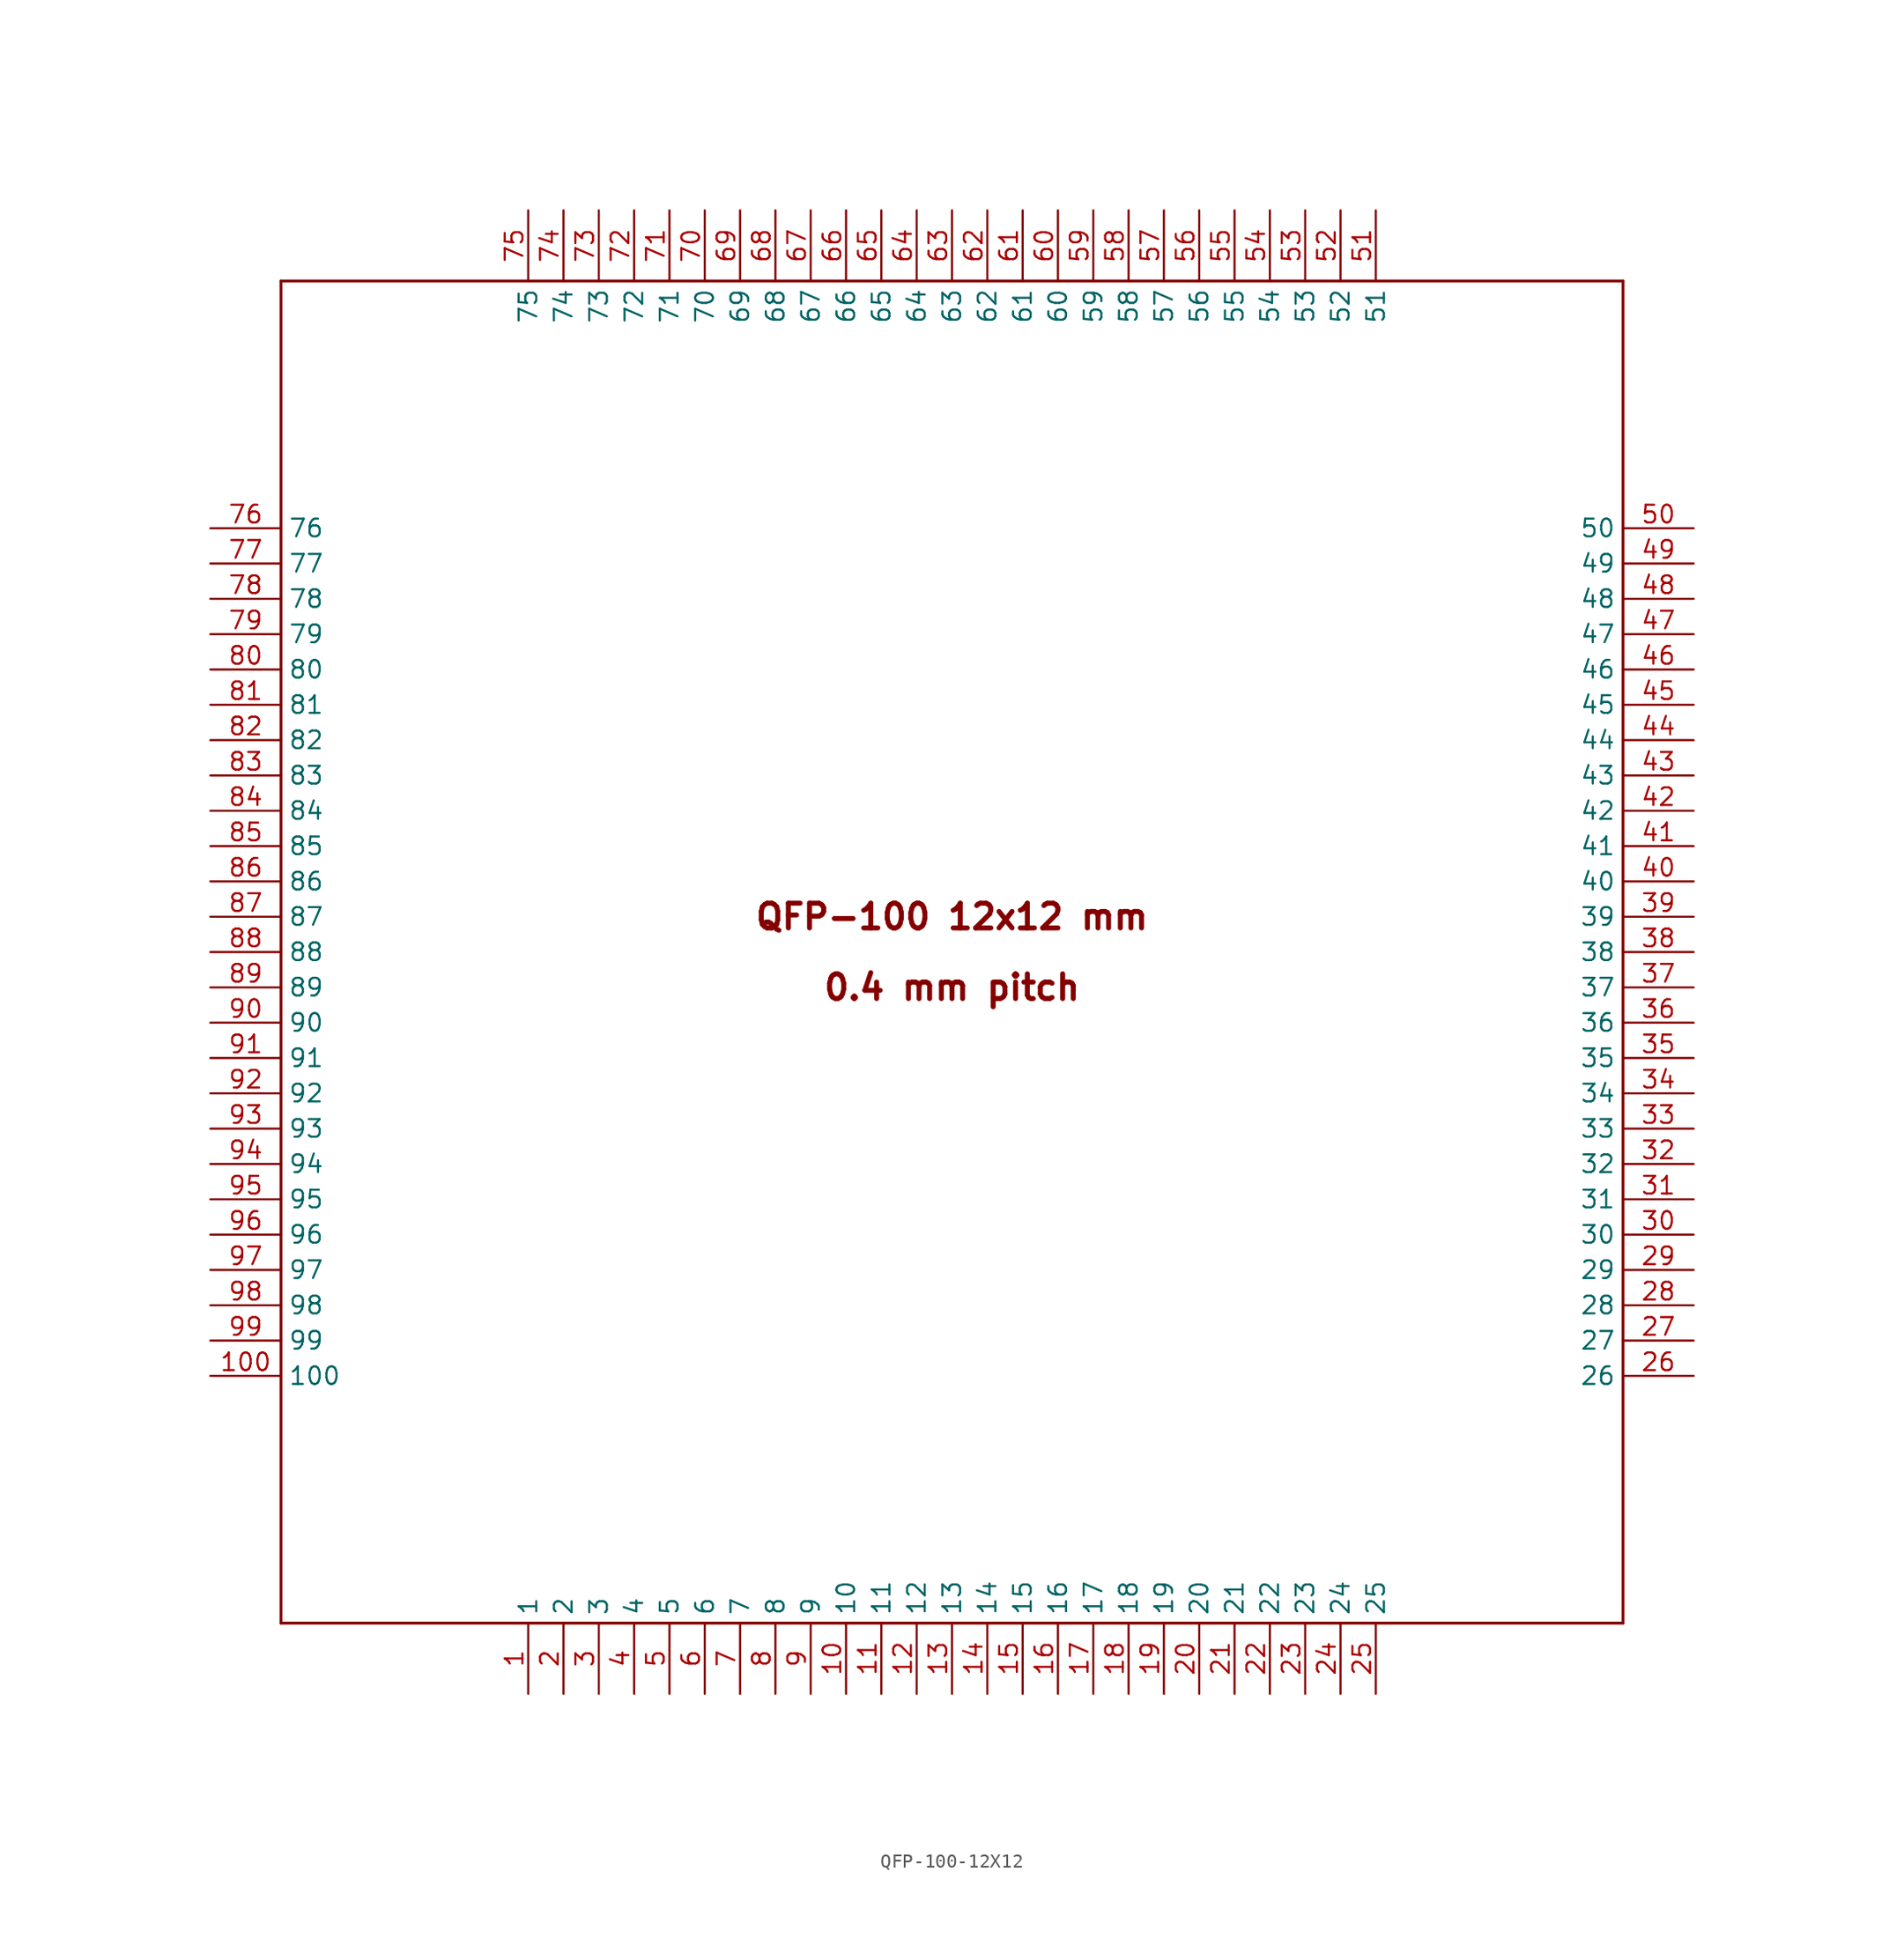
<source format=kicad_sym>
(kicad_symbol_lib
  (version 20211014)
  (generator kicad_symbol_editor)
  (symbol "QFP-100-12X12"
    (property "Reference" ""
      (at 0 0 0)
      (effects (font (size 1.27 1.27)) hide))
    (property "ki_locked" ""
      (at 0 0 0)
      (effects (font (size 1.27 1.27))))
    (symbol "QFP-100-12X12_1_0"
      (polyline (pts (xy -48.26 -48.26) (xy 48.26 -48.26)) (stroke (width 0.203) (type default) (color 0 0 0 0)) (fill (type none)))
      (polyline (pts (xy -48.26 48.26) (xy -48.26 -48.26)) (stroke (width 0.203) (type default) (color 0 0 0 0)) (fill (type none)))
      (polyline (pts (xy 48.26 -48.26) (xy 48.26 48.26)) (stroke (width 0.203) (type default) (color 0 0 0 0)) (fill (type none)))
      (polyline (pts (xy 48.26 48.26) (xy -48.26 48.26)) (stroke (width 0.203) (type default) (color 0 0 0 0)) (fill (type none)))
      (text "0.4 mm pitch" (at 0 -2.54 0) (effects (font (size 1.778 1.778) (thickness 0.356) bold)))
      (text "QFP-100 12x12 mm" (at 0 2.54 0) (effects (font (size 1.778 1.778) (thickness 0.356) bold)))
      (pin bidirectional line (at -30.48 -53.34 90) (length 5.08) (name "1" (effects (font (size 1.27 1.27)))) (number "1" (effects (font (size 1.27 1.27)))))
      (pin bidirectional line (at -7.62 -53.34 90) (length 5.08) (name "10" (effects (font (size 1.27 1.27)))) (number "10" (effects (font (size 1.27 1.27)))))
      (pin bidirectional line (at -53.34 -30.48 0) (length 5.08) (name "100" (effects (font (size 1.27 1.27)))) (number "100" (effects (font (size 1.27 1.27)))))
      (pin bidirectional line (at -5.08 -53.34 90) (length 5.08) (name "11" (effects (font (size 1.27 1.27)))) (number "11" (effects (font (size 1.27 1.27)))))
      (pin bidirectional line (at -2.54 -53.34 90) (length 5.08) (name "12" (effects (font (size 1.27 1.27)))) (number "12" (effects (font (size 1.27 1.27)))))
      (pin bidirectional line (at 0 -53.34 90) (length 5.08) (name "13" (effects (font (size 1.27 1.27)))) (number "13" (effects (font (size 1.27 1.27)))))
      (pin bidirectional line (at 2.54 -53.34 90) (length 5.08) (name "14" (effects (font (size 1.27 1.27)))) (number "14" (effects (font (size 1.27 1.27)))))
      (pin bidirectional line (at 5.08 -53.34 90) (length 5.08) (name "15" (effects (font (size 1.27 1.27)))) (number "15" (effects (font (size 1.27 1.27)))))
      (pin bidirectional line (at 7.62 -53.34 90) (length 5.08) (name "16" (effects (font (size 1.27 1.27)))) (number "16" (effects (font (size 1.27 1.27)))))
      (pin bidirectional line (at 10.16 -53.34 90) (length 5.08) (name "17" (effects (font (size 1.27 1.27)))) (number "17" (effects (font (size 1.27 1.27)))))
      (pin bidirectional line (at 12.7 -53.34 90) (length 5.08) (name "18" (effects (font (size 1.27 1.27)))) (number "18" (effects (font (size 1.27 1.27)))))
      (pin bidirectional line (at 15.24 -53.34 90) (length 5.08) (name "19" (effects (font (size 1.27 1.27)))) (number "19" (effects (font (size 1.27 1.27)))))
      (pin bidirectional line (at -27.94 -53.34 90) (length 5.08) (name "2" (effects (font (size 1.27 1.27)))) (number "2" (effects (font (size 1.27 1.27)))))
      (pin bidirectional line (at 17.78 -53.34 90) (length 5.08) (name "20" (effects (font (size 1.27 1.27)))) (number "20" (effects (font (size 1.27 1.27)))))
      (pin bidirectional line (at 20.32 -53.34 90) (length 5.08) (name "21" (effects (font (size 1.27 1.27)))) (number "21" (effects (font (size 1.27 1.27)))))
      (pin bidirectional line (at 22.86 -53.34 90) (length 5.08) (name "22" (effects (font (size 1.27 1.27)))) (number "22" (effects (font (size 1.27 1.27)))))
      (pin bidirectional line (at 25.4 -53.34 90) (length 5.08) (name "23" (effects (font (size 1.27 1.27)))) (number "23" (effects (font (size 1.27 1.27)))))
      (pin bidirectional line (at 27.94 -53.34 90) (length 5.08) (name "24" (effects (font (size 1.27 1.27)))) (number "24" (effects (font (size 1.27 1.27)))))
      (pin bidirectional line (at 30.48 -53.34 90) (length 5.08) (name "25" (effects (font (size 1.27 1.27)))) (number "25" (effects (font (size 1.27 1.27)))))
      (pin bidirectional line (at 53.34 -30.48 180) (length 5.08) (name "26" (effects (font (size 1.27 1.27)))) (number "26" (effects (font (size 1.27 1.27)))))
      (pin bidirectional line (at 53.34 -27.94 180) (length 5.08) (name "27" (effects (font (size 1.27 1.27)))) (number "27" (effects (font (size 1.27 1.27)))))
      (pin bidirectional line (at 53.34 -25.4 180) (length 5.08) (name "28" (effects (font (size 1.27 1.27)))) (number "28" (effects (font (size 1.27 1.27)))))
      (pin bidirectional line (at 53.34 -22.86 180) (length 5.08) (name "29" (effects (font (size 1.27 1.27)))) (number "29" (effects (font (size 1.27 1.27)))))
      (pin bidirectional line (at -25.4 -53.34 90) (length 5.08) (name "3" (effects (font (size 1.27 1.27)))) (number "3" (effects (font (size 1.27 1.27)))))
      (pin bidirectional line (at 53.34 -20.32 180) (length 5.08) (name "30" (effects (font (size 1.27 1.27)))) (number "30" (effects (font (size 1.27 1.27)))))
      (pin bidirectional line (at 53.34 -17.78 180) (length 5.08) (name "31" (effects (font (size 1.27 1.27)))) (number "31" (effects (font (size 1.27 1.27)))))
      (pin bidirectional line (at 53.34 -15.24 180) (length 5.08) (name "32" (effects (font (size 1.27 1.27)))) (number "32" (effects (font (size 1.27 1.27)))))
      (pin bidirectional line (at 53.34 -12.7 180) (length 5.08) (name "33" (effects (font (size 1.27 1.27)))) (number "33" (effects (font (size 1.27 1.27)))))
      (pin bidirectional line (at 53.34 -10.16 180) (length 5.08) (name "34" (effects (font (size 1.27 1.27)))) (number "34" (effects (font (size 1.27 1.27)))))
      (pin bidirectional line (at 53.34 -7.62 180) (length 5.08) (name "35" (effects (font (size 1.27 1.27)))) (number "35" (effects (font (size 1.27 1.27)))))
      (pin bidirectional line (at 53.34 -5.08 180) (length 5.08) (name "36" (effects (font (size 1.27 1.27)))) (number "36" (effects (font (size 1.27 1.27)))))
      (pin bidirectional line (at 53.34 -2.54 180) (length 5.08) (name "37" (effects (font (size 1.27 1.27)))) (number "37" (effects (font (size 1.27 1.27)))))
      (pin bidirectional line (at 53.34 0 180) (length 5.08) (name "38" (effects (font (size 1.27 1.27)))) (number "38" (effects (font (size 1.27 1.27)))))
      (pin bidirectional line (at 53.34 2.54 180) (length 5.08) (name "39" (effects (font (size 1.27 1.27)))) (number "39" (effects (font (size 1.27 1.27)))))
      (pin bidirectional line (at -22.86 -53.34 90) (length 5.08) (name "4" (effects (font (size 1.27 1.27)))) (number "4" (effects (font (size 1.27 1.27)))))
      (pin bidirectional line (at 53.34 5.08 180) (length 5.08) (name "40" (effects (font (size 1.27 1.27)))) (number "40" (effects (font (size 1.27 1.27)))))
      (pin bidirectional line (at 53.34 7.62 180) (length 5.08) (name "41" (effects (font (size 1.27 1.27)))) (number "41" (effects (font (size 1.27 1.27)))))
      (pin bidirectional line (at 53.34 10.16 180) (length 5.08) (name "42" (effects (font (size 1.27 1.27)))) (number "42" (effects (font (size 1.27 1.27)))))
      (pin bidirectional line (at 53.34 12.7 180) (length 5.08) (name "43" (effects (font (size 1.27 1.27)))) (number "43" (effects (font (size 1.27 1.27)))))
      (pin bidirectional line (at 53.34 15.24 180) (length 5.08) (name "44" (effects (font (size 1.27 1.27)))) (number "44" (effects (font (size 1.27 1.27)))))
      (pin bidirectional line (at 53.34 17.78 180) (length 5.08) (name "45" (effects (font (size 1.27 1.27)))) (number "45" (effects (font (size 1.27 1.27)))))
      (pin bidirectional line (at 53.34 20.32 180) (length 5.08) (name "46" (effects (font (size 1.27 1.27)))) (number "46" (effects (font (size 1.27 1.27)))))
      (pin bidirectional line (at 53.34 22.86 180) (length 5.08) (name "47" (effects (font (size 1.27 1.27)))) (number "47" (effects (font (size 1.27 1.27)))))
      (pin bidirectional line (at 53.34 25.4 180) (length 5.08) (name "48" (effects (font (size 1.27 1.27)))) (number "48" (effects (font (size 1.27 1.27)))))
      (pin bidirectional line (at 53.34 27.94 180) (length 5.08) (name "49" (effects (font (size 1.27 1.27)))) (number "49" (effects (font (size 1.27 1.27)))))
      (pin bidirectional line (at -20.32 -53.34 90) (length 5.08) (name "5" (effects (font (size 1.27 1.27)))) (number "5" (effects (font (size 1.27 1.27)))))
      (pin bidirectional line (at 53.34 30.48 180) (length 5.08) (name "50" (effects (font (size 1.27 1.27)))) (number "50" (effects (font (size 1.27 1.27)))))
      (pin bidirectional line (at 30.48 53.34 270) (length 5.08) (name "51" (effects (font (size 1.27 1.27)))) (number "51" (effects (font (size 1.27 1.27)))))
      (pin bidirectional line (at 27.94 53.34 270) (length 5.08) (name "52" (effects (font (size 1.27 1.27)))) (number "52" (effects (font (size 1.27 1.27)))))
      (pin bidirectional line (at 25.4 53.34 270) (length 5.08) (name "53" (effects (font (size 1.27 1.27)))) (number "53" (effects (font (size 1.27 1.27)))))
      (pin bidirectional line (at 22.86 53.34 270) (length 5.08) (name "54" (effects (font (size 1.27 1.27)))) (number "54" (effects (font (size 1.27 1.27)))))
      (pin bidirectional line (at 20.32 53.34 270) (length 5.08) (name "55" (effects (font (size 1.27 1.27)))) (number "55" (effects (font (size 1.27 1.27)))))
      (pin bidirectional line (at 17.78 53.34 270) (length 5.08) (name "56" (effects (font (size 1.27 1.27)))) (number "56" (effects (font (size 1.27 1.27)))))
      (pin bidirectional line (at 15.24 53.34 270) (length 5.08) (name "57" (effects (font (size 1.27 1.27)))) (number "57" (effects (font (size 1.27 1.27)))))
      (pin bidirectional line (at 12.7 53.34 270) (length 5.08) (name "58" (effects (font (size 1.27 1.27)))) (number "58" (effects (font (size 1.27 1.27)))))
      (pin bidirectional line (at 10.16 53.34 270) (length 5.08) (name "59" (effects (font (size 1.27 1.27)))) (number "59" (effects (font (size 1.27 1.27)))))
      (pin bidirectional line (at -17.78 -53.34 90) (length 5.08) (name "6" (effects (font (size 1.27 1.27)))) (number "6" (effects (font (size 1.27 1.27)))))
      (pin bidirectional line (at 7.62 53.34 270) (length 5.08) (name "60" (effects (font (size 1.27 1.27)))) (number "60" (effects (font (size 1.27 1.27)))))
      (pin bidirectional line (at 5.08 53.34 270) (length 5.08) (name "61" (effects (font (size 1.27 1.27)))) (number "61" (effects (font (size 1.27 1.27)))))
      (pin bidirectional line (at 2.54 53.34 270) (length 5.08) (name "62" (effects (font (size 1.27 1.27)))) (number "62" (effects (font (size 1.27 1.27)))))
      (pin bidirectional line (at 0 53.34 270) (length 5.08) (name "63" (effects (font (size 1.27 1.27)))) (number "63" (effects (font (size 1.27 1.27)))))
      (pin bidirectional line (at -2.54 53.34 270) (length 5.08) (name "64" (effects (font (size 1.27 1.27)))) (number "64" (effects (font (size 1.27 1.27)))))
      (pin bidirectional line (at -5.08 53.34 270) (length 5.08) (name "65" (effects (font (size 1.27 1.27)))) (number "65" (effects (font (size 1.27 1.27)))))
      (pin bidirectional line (at -7.62 53.34 270) (length 5.08) (name "66" (effects (font (size 1.27 1.27)))) (number "66" (effects (font (size 1.27 1.27)))))
      (pin bidirectional line (at -10.16 53.34 270) (length 5.08) (name "67" (effects (font (size 1.27 1.27)))) (number "67" (effects (font (size 1.27 1.27)))))
      (pin bidirectional line (at -12.7 53.34 270) (length 5.08) (name "68" (effects (font (size 1.27 1.27)))) (number "68" (effects (font (size 1.27 1.27)))))
      (pin bidirectional line (at -15.24 53.34 270) (length 5.08) (name "69" (effects (font (size 1.27 1.27)))) (number "69" (effects (font (size 1.27 1.27)))))
      (pin bidirectional line (at -15.24 -53.34 90) (length 5.08) (name "7" (effects (font (size 1.27 1.27)))) (number "7" (effects (font (size 1.27 1.27)))))
      (pin bidirectional line (at -17.78 53.34 270) (length 5.08) (name "70" (effects (font (size 1.27 1.27)))) (number "70" (effects (font (size 1.27 1.27)))))
      (pin bidirectional line (at -20.32 53.34 270) (length 5.08) (name "71" (effects (font (size 1.27 1.27)))) (number "71" (effects (font (size 1.27 1.27)))))
      (pin bidirectional line (at -22.86 53.34 270) (length 5.08) (name "72" (effects (font (size 1.27 1.27)))) (number "72" (effects (font (size 1.27 1.27)))))
      (pin bidirectional line (at -25.4 53.34 270) (length 5.08) (name "73" (effects (font (size 1.27 1.27)))) (number "73" (effects (font (size 1.27 1.27)))))
      (pin bidirectional line (at -27.94 53.34 270) (length 5.08) (name "74" (effects (font (size 1.27 1.27)))) (number "74" (effects (font (size 1.27 1.27)))))
      (pin bidirectional line (at -30.48 53.34 270) (length 5.08) (name "75" (effects (font (size 1.27 1.27)))) (number "75" (effects (font (size 1.27 1.27)))))
      (pin bidirectional line (at -53.34 30.48 0) (length 5.08) (name "76" (effects (font (size 1.27 1.27)))) (number "76" (effects (font (size 1.27 1.27)))))
      (pin bidirectional line (at -53.34 27.94 0) (length 5.08) (name "77" (effects (font (size 1.27 1.27)))) (number "77" (effects (font (size 1.27 1.27)))))
      (pin bidirectional line (at -53.34 25.4 0) (length 5.08) (name "78" (effects (font (size 1.27 1.27)))) (number "78" (effects (font (size 1.27 1.27)))))
      (pin bidirectional line (at -53.34 22.86 0) (length 5.08) (name "79" (effects (font (size 1.27 1.27)))) (number "79" (effects (font (size 1.27 1.27)))))
      (pin bidirectional line (at -12.7 -53.34 90) (length 5.08) (name "8" (effects (font (size 1.27 1.27)))) (number "8" (effects (font (size 1.27 1.27)))))
      (pin bidirectional line (at -53.34 20.32 0) (length 5.08) (name "80" (effects (font (size 1.27 1.27)))) (number "80" (effects (font (size 1.27 1.27)))))
      (pin bidirectional line (at -53.34 17.78 0) (length 5.08) (name "81" (effects (font (size 1.27 1.27)))) (number "81" (effects (font (size 1.27 1.27)))))
      (pin bidirectional line (at -53.34 15.24 0) (length 5.08) (name "82" (effects (font (size 1.27 1.27)))) (number "82" (effects (font (size 1.27 1.27)))))
      (pin bidirectional line (at -53.34 12.7 0) (length 5.08) (name "83" (effects (font (size 1.27 1.27)))) (number "83" (effects (font (size 1.27 1.27)))))
      (pin bidirectional line (at -53.34 10.16 0) (length 5.08) (name "84" (effects (font (size 1.27 1.27)))) (number "84" (effects (font (size 1.27 1.27)))))
      (pin bidirectional line (at -53.34 7.62 0) (length 5.08) (name "85" (effects (font (size 1.27 1.27)))) (number "85" (effects (font (size 1.27 1.27)))))
      (pin bidirectional line (at -53.34 5.08 0) (length 5.08) (name "86" (effects (font (size 1.27 1.27)))) (number "86" (effects (font (size 1.27 1.27)))))
      (pin bidirectional line (at -53.34 2.54 0) (length 5.08) (name "87" (effects (font (size 1.27 1.27)))) (number "87" (effects (font (size 1.27 1.27)))))
      (pin bidirectional line (at -53.34 0 0) (length 5.08) (name "88" (effects (font (size 1.27 1.27)))) (number "88" (effects (font (size 1.27 1.27)))))
      (pin bidirectional line (at -53.34 -2.54 0) (length 5.08) (name "89" (effects (font (size 1.27 1.27)))) (number "89" (effects (font (size 1.27 1.27)))))
      (pin bidirectional line (at -10.16 -53.34 90) (length 5.08) (name "9" (effects (font (size 1.27 1.27)))) (number "9" (effects (font (size 1.27 1.27)))))
      (pin bidirectional line (at -53.34 -5.08 0) (length 5.08) (name "90" (effects (font (size 1.27 1.27)))) (number "90" (effects (font (size 1.27 1.27)))))
      (pin bidirectional line (at -53.34 -7.62 0) (length 5.08) (name "91" (effects (font (size 1.27 1.27)))) (number "91" (effects (font (size 1.27 1.27)))))
      (pin bidirectional line (at -53.34 -10.16 0) (length 5.08) (name "92" (effects (font (size 1.27 1.27)))) (number "92" (effects (font (size 1.27 1.27)))))
      (pin bidirectional line (at -53.34 -12.7 0) (length 5.08) (name "93" (effects (font (size 1.27 1.27)))) (number "93" (effects (font (size 1.27 1.27)))))
      (pin bidirectional line (at -53.34 -15.24 0) (length 5.08) (name "94" (effects (font (size 1.27 1.27)))) (number "94" (effects (font (size 1.27 1.27)))))
      (pin bidirectional line (at -53.34 -17.78 0) (length 5.08) (name "95" (effects (font (size 1.27 1.27)))) (number "95" (effects (font (size 1.27 1.27)))))
      (pin bidirectional line (at -53.34 -20.32 0) (length 5.08) (name "96" (effects (font (size 1.27 1.27)))) (number "96" (effects (font (size 1.27 1.27)))))
      (pin bidirectional line (at -53.34 -22.86 0) (length 5.08) (name "97" (effects (font (size 1.27 1.27)))) (number "97" (effects (font (size 1.27 1.27)))))
      (pin bidirectional line (at -53.34 -25.4 0) (length 5.08) (name "98" (effects (font (size 1.27 1.27)))) (number "98" (effects (font (size 1.27 1.27)))))
      (pin bidirectional line (at -53.34 -27.94 0) (length 5.08) (name "99" (effects (font (size 1.27 1.27)))) (number "99" (effects (font (size 1.27 1.27))))))))
</source>
